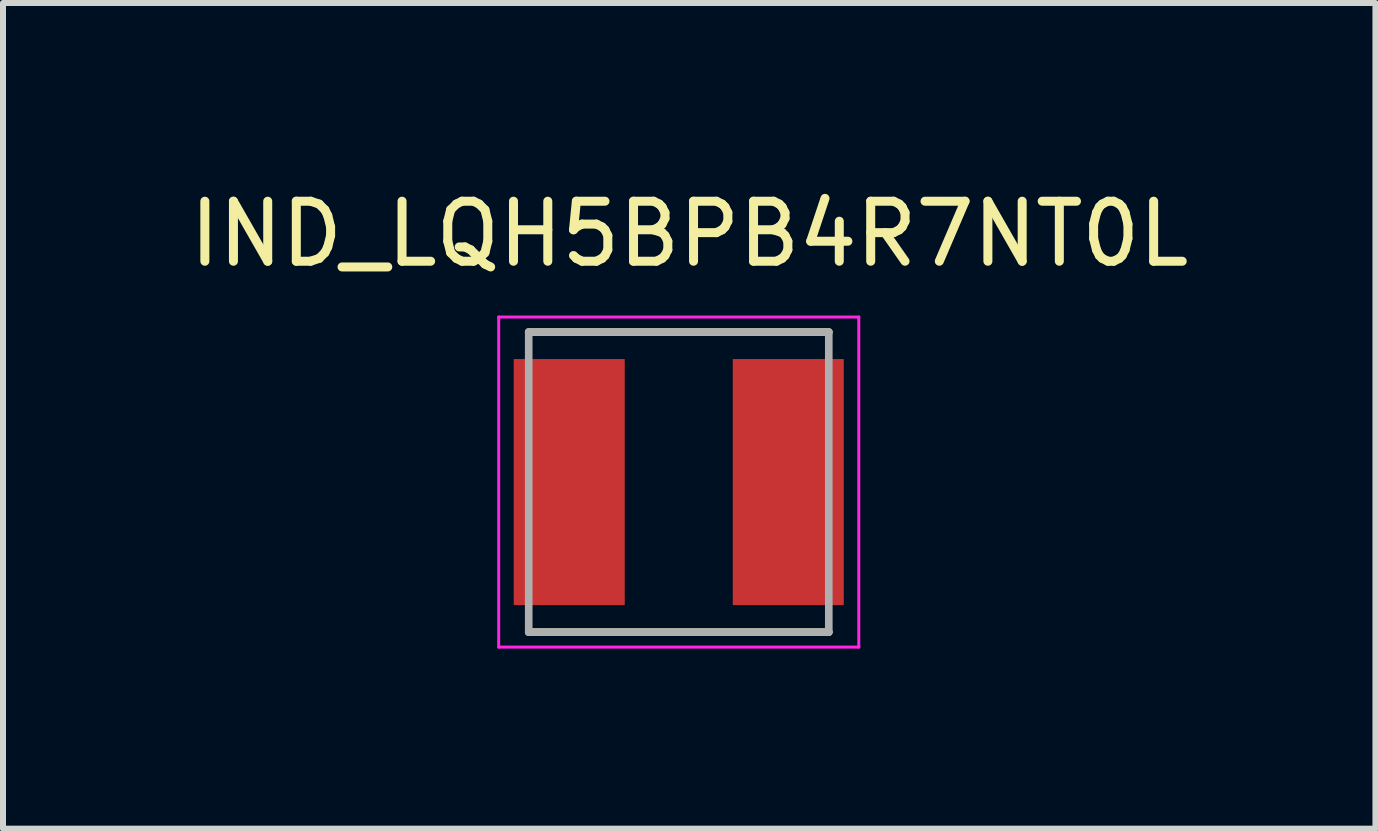
<source format=kicad_pcb>
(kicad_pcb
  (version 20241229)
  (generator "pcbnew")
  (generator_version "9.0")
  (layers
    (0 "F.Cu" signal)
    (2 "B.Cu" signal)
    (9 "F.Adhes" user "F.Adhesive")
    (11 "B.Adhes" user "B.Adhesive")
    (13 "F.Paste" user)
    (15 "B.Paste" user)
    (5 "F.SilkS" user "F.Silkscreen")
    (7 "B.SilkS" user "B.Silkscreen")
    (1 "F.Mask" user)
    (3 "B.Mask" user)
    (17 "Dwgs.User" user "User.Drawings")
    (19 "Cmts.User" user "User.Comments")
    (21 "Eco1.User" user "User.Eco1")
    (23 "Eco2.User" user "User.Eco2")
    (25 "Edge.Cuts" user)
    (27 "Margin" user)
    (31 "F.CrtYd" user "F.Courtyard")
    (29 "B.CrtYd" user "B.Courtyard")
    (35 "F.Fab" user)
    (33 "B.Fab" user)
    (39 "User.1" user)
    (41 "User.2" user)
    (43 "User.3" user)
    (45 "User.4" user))
  (footprint "IND_LQH5BPB4R7NT0L"
    (layer "F.Cu")
    (at 8.26 4.983)
    (property "Reference" "IND_LQH5BPB4R7NT0L" (at 0.175 -4.135 0) (layer "F.SilkS") (effects (font (size 1 1) (thickness 0.15))))
    (attr smd)
    (fp_line (start -2.5 -2.5) (end 2.5 -2.5) (stroke (width 0.127) (type solid)) (layer "F.SilkS"))
    (fp_line (start 2.5 2.5) (end -2.5 2.5) (stroke (width 0.127) (type solid)) (layer "F.SilkS"))
    (fp_line (start -3 -2.75) (end 3 -2.75) (stroke (width 0.05) (type solid)) (layer "F.CrtYd"))
    (fp_line (start -3 2.75) (end -3 -2.75) (stroke (width 0.05) (type solid)) (layer "F.CrtYd"))
    (fp_line (start 3 -2.75) (end 3 2.75) (stroke (width 0.05) (type solid)) (layer "F.CrtYd"))
    (fp_line (start 3 2.75) (end -3 2.75) (stroke (width 0.05) (type solid)) (layer "F.CrtYd"))
    (fp_line (start -2.5 -2.5) (end 2.5 -2.5) (stroke (width 0.127) (type solid)) (layer "F.Fab"))
    (fp_line (start -2.5 2.5) (end -2.5 -2.5) (stroke (width 0.127) (type solid)) (layer "F.Fab"))
    (fp_line (start 2.5 -2.5) (end 2.5 2.5) (stroke (width 0.127) (type solid)) (layer "F.Fab"))
    (fp_line (start 2.5 2.5) (end -2.5 2.5) (stroke (width 0.127) (type solid)) (layer "F.Fab"))
    (pad "1" smd rect (at -1.825 0) (size 1.85 4.1) (layers "F.Cu" "F.Mask" "F.Paste"))
    (pad "2" smd rect (at 1.825 0) (size 1.85 4.1) (layers "F.Cu" "F.Mask" "F.Paste")))
  (gr_rect
    (start -3 -3)
    (end 19.869 10.758)
    (stroke (width 0.1) (type default))
    (fill no)
    (layer "Edge.Cuts")))
</source>
